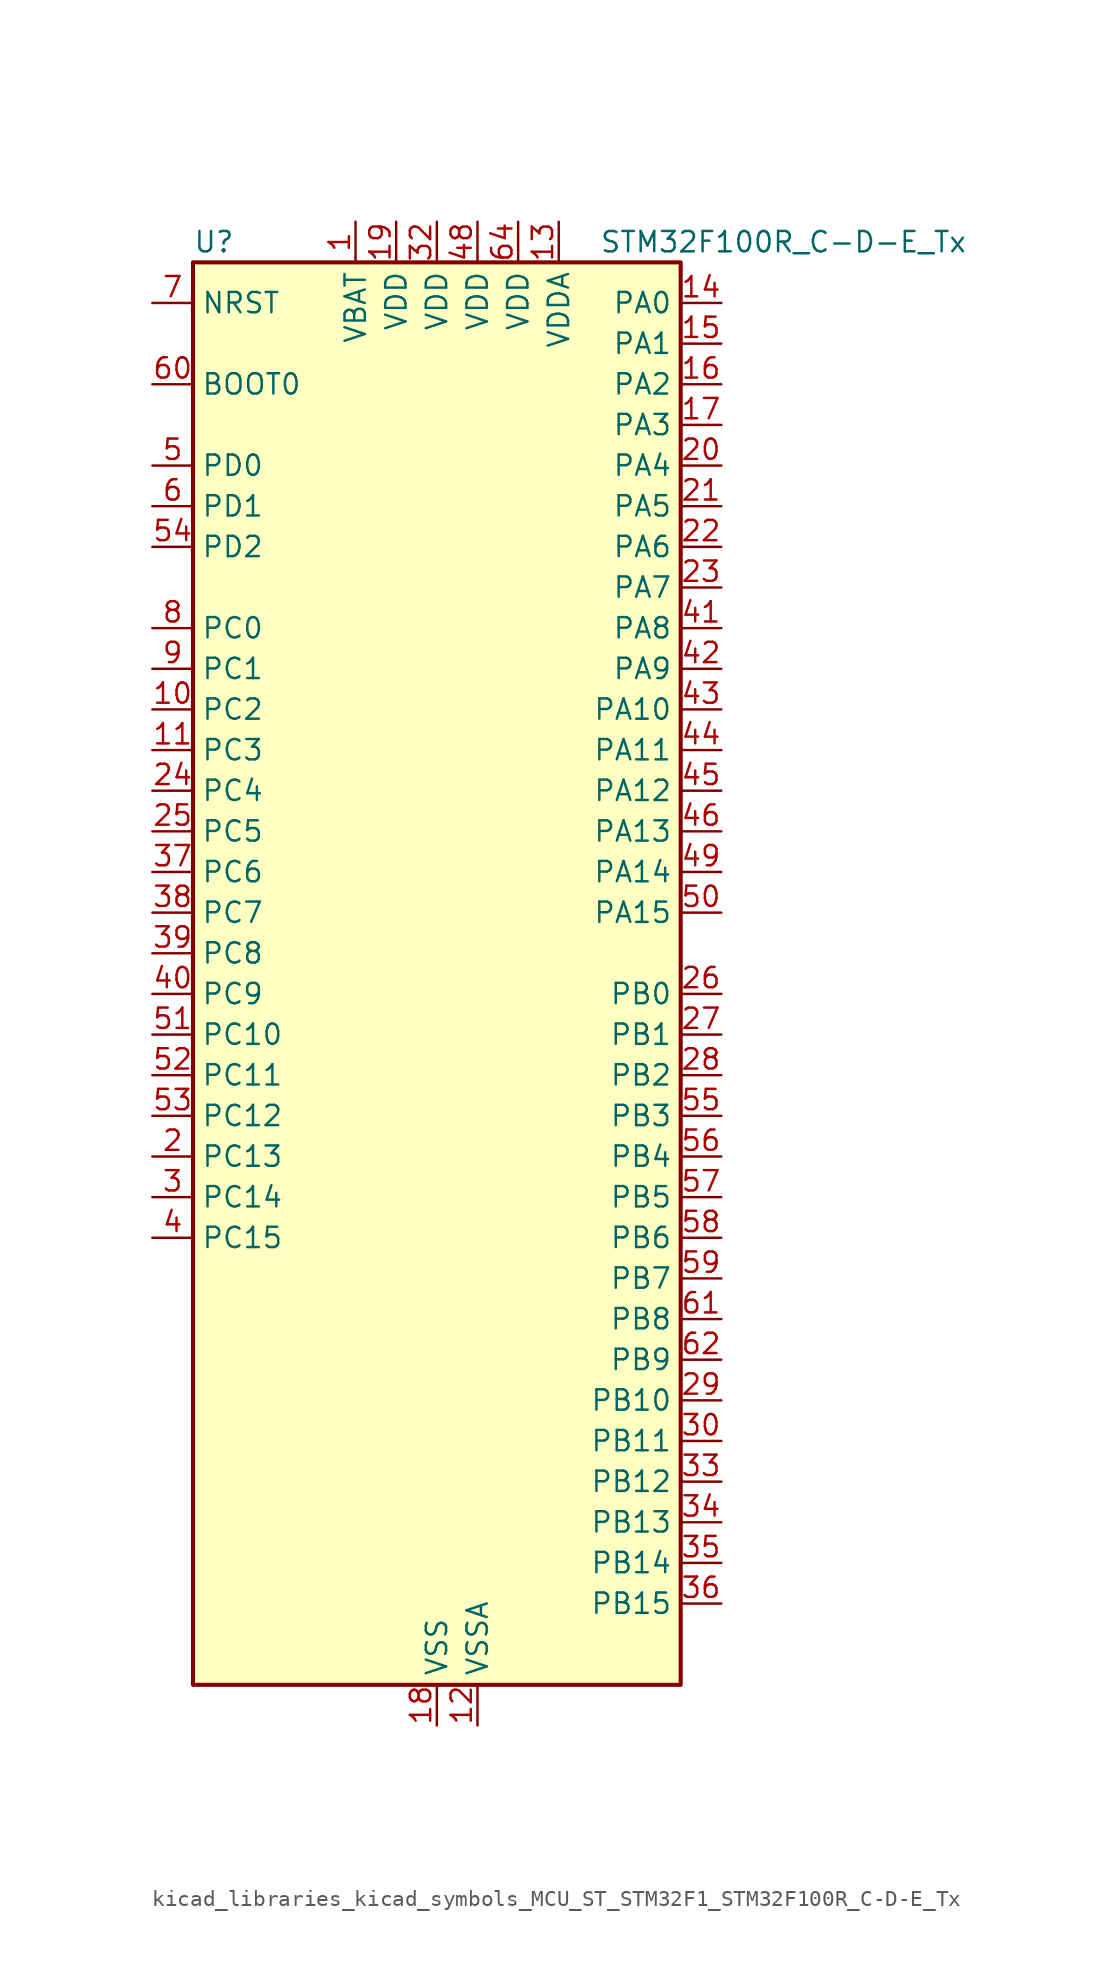
<source format=kicad_sym>
(kicad_symbol_lib
  (version 20220914)
  (generator kicad_symbol_editor)
  (symbol "kicad_libraries_kicad_symbols_MCU_ST_STM32F1_STM32F100R_C-D-E_Tx"
    (property "Reference" "U"
      (at -15.24 46.99 0)
      (effects (font (size 1.27 1.27)) (justify left)))
    (property "Value" "STM32F100R_C-D-E_Tx"
      (at 10.16 46.99 0)
      (effects (font (size 1.27 1.27)) (justify left)))
    (property "ki_locked" ""
      (at 0 0 0)
      (effects (font (size 1.27 1.27))))
    (symbol "kicad_libraries_kicad_symbols_MCU_ST_STM32F1_STM32F100R_C-D-E_Tx_0_1"
      (rectangle (start -15.24 -43.18) (end 15.24 45.72) (stroke (width 0.254) (type default)) (fill (type background))))
    (symbol "kicad_libraries_kicad_symbols_MCU_ST_STM32F1_STM32F100R_C-D-E_Tx_1_1"
      (pin power_in line (at -5.08 48.26 270) (length 2.54) (name "VBAT" (effects (font (size 1.27 1.27)))) (number "1" (effects (font (size 1.27 1.27)))))
      (pin bidirectional line (at -17.78 17.78 0) (length 2.54) (name "PC2" (effects (font (size 1.27 1.27)))) (number "10" (effects (font (size 1.27 1.27)))) (alternate "ADC1_IN12" bidirectional line))
      (pin bidirectional line (at -17.78 15.24 0) (length 2.54) (name "PC3" (effects (font (size 1.27 1.27)))) (number "11" (effects (font (size 1.27 1.27)))) (alternate "ADC1_IN13" bidirectional line))
      (pin power_in line (at 2.54 -45.72 90) (length 2.54) (name "VSSA" (effects (font (size 1.27 1.27)))) (number "12" (effects (font (size 1.27 1.27)))))
      (pin power_in line (at 7.62 48.26 270) (length 2.54) (name "VDDA" (effects (font (size 1.27 1.27)))) (number "13" (effects (font (size 1.27 1.27)))))
      (pin bidirectional line (at 17.78 43.18 180) (length 2.54) (name "PA0" (effects (font (size 1.27 1.27)))) (number "14" (effects (font (size 1.27 1.27)))) (alternate "ADC1_IN0" bidirectional line) (alternate "SYS_WKUP" bidirectional line) (alternate "TIM2_CH1" bidirectional line) (alternate "TIM2_ETR" bidirectional line) (alternate "TIM5_CH1" bidirectional line) (alternate "USART2_CTS" bidirectional line))
      (pin bidirectional line (at 17.78 40.64 180) (length 2.54) (name "PA1" (effects (font (size 1.27 1.27)))) (number "15" (effects (font (size 1.27 1.27)))) (alternate "ADC1_IN1" bidirectional line) (alternate "TIM2_CH2" bidirectional line) (alternate "TIM5_CH2" bidirectional line) (alternate "USART2_RTS" bidirectional line))
      (pin bidirectional line (at 17.78 38.1 180) (length 2.54) (name "PA2" (effects (font (size 1.27 1.27)))) (number "16" (effects (font (size 1.27 1.27)))) (alternate "ADC1_IN2" bidirectional line) (alternate "TIM15_CH1" bidirectional line) (alternate "TIM2_CH3" bidirectional line) (alternate "TIM5_CH3" bidirectional line) (alternate "USART2_TX" bidirectional line))
      (pin bidirectional line (at 17.78 35.56 180) (length 2.54) (name "PA3" (effects (font (size 1.27 1.27)))) (number "17" (effects (font (size 1.27 1.27)))) (alternate "ADC1_IN3" bidirectional line) (alternate "TIM15_CH2" bidirectional line) (alternate "TIM2_CH4" bidirectional line) (alternate "TIM5_CH4" bidirectional line) (alternate "USART2_RX" bidirectional line))
      (pin power_in line (at 0 -45.72 90) (length 2.54) (name "VSS" (effects (font (size 1.27 1.27)))) (number "18" (effects (font (size 1.27 1.27)))))
      (pin power_in line (at -2.54 48.26 270) (length 2.54) (name "VDD" (effects (font (size 1.27 1.27)))) (number "19" (effects (font (size 1.27 1.27)))))
      (pin bidirectional line (at -17.78 -10.16 0) (length 2.54) (name "PC13" (effects (font (size 1.27 1.27)))) (number "2" (effects (font (size 1.27 1.27)))) (alternate "RTC_OUT" bidirectional line) (alternate "RTC_TAMPER" bidirectional line))
      (pin bidirectional line (at 17.78 33.02 180) (length 2.54) (name "PA4" (effects (font (size 1.27 1.27)))) (number "20" (effects (font (size 1.27 1.27)))) (alternate "ADC1_IN4" bidirectional line) (alternate "DAC_OUT1" bidirectional line) (alternate "SPI1_NSS" bidirectional line) (alternate "USART2_CK" bidirectional line))
      (pin bidirectional line (at 17.78 30.48 180) (length 2.54) (name "PA5" (effects (font (size 1.27 1.27)))) (number "21" (effects (font (size 1.27 1.27)))) (alternate "ADC1_IN5" bidirectional line) (alternate "DAC_OUT2" bidirectional line) (alternate "SPI1_SCK" bidirectional line))
      (pin bidirectional line (at 17.78 27.94 180) (length 2.54) (name "PA6" (effects (font (size 1.27 1.27)))) (number "22" (effects (font (size 1.27 1.27)))) (alternate "ADC1_IN6" bidirectional line) (alternate "SPI1_MISO" bidirectional line) (alternate "TIM16_CH1" bidirectional line) (alternate "TIM1_BKIN" bidirectional line) (alternate "TIM3_CH1" bidirectional line))
      (pin bidirectional line (at 17.78 25.4 180) (length 2.54) (name "PA7" (effects (font (size 1.27 1.27)))) (number "23" (effects (font (size 1.27 1.27)))) (alternate "ADC1_IN7" bidirectional line) (alternate "SPI1_MOSI" bidirectional line) (alternate "TIM17_CH1" bidirectional line) (alternate "TIM1_CH1N" bidirectional line) (alternate "TIM3_CH2" bidirectional line))
      (pin bidirectional line (at -17.78 12.7 0) (length 2.54) (name "PC4" (effects (font (size 1.27 1.27)))) (number "24" (effects (font (size 1.27 1.27)))) (alternate "ADC1_IN14" bidirectional line) (alternate "TIM12_CH1" bidirectional line))
      (pin bidirectional line (at -17.78 10.16 0) (length 2.54) (name "PC5" (effects (font (size 1.27 1.27)))) (number "25" (effects (font (size 1.27 1.27)))) (alternate "ADC1_IN15" bidirectional line) (alternate "TIM12_CH2" bidirectional line))
      (pin bidirectional line (at 17.78 0 180) (length 2.54) (name "PB0" (effects (font (size 1.27 1.27)))) (number "26" (effects (font (size 1.27 1.27)))) (alternate "ADC1_IN8" bidirectional line) (alternate "TIM13_CH1" bidirectional line) (alternate "TIM1_CH2N" bidirectional line) (alternate "TIM3_CH3" bidirectional line))
      (pin bidirectional line (at 17.78 -2.54 180) (length 2.54) (name "PB1" (effects (font (size 1.27 1.27)))) (number "27" (effects (font (size 1.27 1.27)))) (alternate "ADC1_IN9" bidirectional line) (alternate "TIM14_CH1" bidirectional line) (alternate "TIM1_CH3N" bidirectional line) (alternate "TIM3_CH4" bidirectional line))
      (pin bidirectional line (at 17.78 -5.08 180) (length 2.54) (name "PB2" (effects (font (size 1.27 1.27)))) (number "28" (effects (font (size 1.27 1.27)))))
      (pin bidirectional line (at 17.78 -25.4 180) (length 2.54) (name "PB10" (effects (font (size 1.27 1.27)))) (number "29" (effects (font (size 1.27 1.27)))) (alternate "CEC" bidirectional line) (alternate "I2C2_SCL" bidirectional line) (alternate "TIM2_CH3" bidirectional line) (alternate "USART3_TX" bidirectional line))
      (pin bidirectional line (at -17.78 -12.7 0) (length 2.54) (name "PC14" (effects (font (size 1.27 1.27)))) (number "3" (effects (font (size 1.27 1.27)))) (alternate "RCC_OSC32_IN" bidirectional line))
      (pin bidirectional line (at 17.78 -27.94 180) (length 2.54) (name "PB11" (effects (font (size 1.27 1.27)))) (number "30" (effects (font (size 1.27 1.27)))) (alternate "ADC1_EXTI11" bidirectional line) (alternate "I2C2_SDA" bidirectional line) (alternate "TIM2_CH4" bidirectional line) (alternate "USART3_RX" bidirectional line))
      (pin passive line (at 0 -45.72 90) (length 2.54) hide (name "VSS" (effects (font (size 1.27 1.27)))) (number "31" (effects (font (size 1.27 1.27)))))
      (pin power_in line (at 0 48.26 270) (length 2.54) (name "VDD" (effects (font (size 1.27 1.27)))) (number "32" (effects (font (size 1.27 1.27)))))
      (pin bidirectional line (at 17.78 -30.48 180) (length 2.54) (name "PB12" (effects (font (size 1.27 1.27)))) (number "33" (effects (font (size 1.27 1.27)))) (alternate "I2C2_SMBA" bidirectional line) (alternate "SPI2_NSS" bidirectional line) (alternate "TIM12_CH1" bidirectional line) (alternate "TIM1_BKIN" bidirectional line) (alternate "USART3_CK" bidirectional line))
      (pin bidirectional line (at 17.78 -33.02 180) (length 2.54) (name "PB13" (effects (font (size 1.27 1.27)))) (number "34" (effects (font (size 1.27 1.27)))) (alternate "SPI2_SCK" bidirectional line) (alternate "TIM12_CH2" bidirectional line) (alternate "TIM1_CH1N" bidirectional line) (alternate "USART3_CTS" bidirectional line))
      (pin bidirectional line (at 17.78 -35.56 180) (length 2.54) (name "PB14" (effects (font (size 1.27 1.27)))) (number "35" (effects (font (size 1.27 1.27)))) (alternate "SPI2_MISO" bidirectional line) (alternate "TIM15_CH1" bidirectional line) (alternate "TIM1_CH2N" bidirectional line) (alternate "USART3_RTS" bidirectional line))
      (pin bidirectional line (at 17.78 -38.1 180) (length 2.54) (name "PB15" (effects (font (size 1.27 1.27)))) (number "36" (effects (font (size 1.27 1.27)))) (alternate "ADC1_EXTI15" bidirectional line) (alternate "SPI2_MOSI" bidirectional line) (alternate "TIM15_CH1N" bidirectional line) (alternate "TIM15_CH2" bidirectional line) (alternate "TIM1_CH3N" bidirectional line))
      (pin bidirectional line (at -17.78 7.62 0) (length 2.54) (name "PC6" (effects (font (size 1.27 1.27)))) (number "37" (effects (font (size 1.27 1.27)))) (alternate "TIM3_CH1" bidirectional line))
      (pin bidirectional line (at -17.78 5.08 0) (length 2.54) (name "PC7" (effects (font (size 1.27 1.27)))) (number "38" (effects (font (size 1.27 1.27)))) (alternate "TIM3_CH2" bidirectional line))
      (pin bidirectional line (at -17.78 2.54 0) (length 2.54) (name "PC8" (effects (font (size 1.27 1.27)))) (number "39" (effects (font (size 1.27 1.27)))) (alternate "TIM13_CH1" bidirectional line) (alternate "TIM3_CH3" bidirectional line))
      (pin bidirectional line (at -17.78 -15.24 0) (length 2.54) (name "PC15" (effects (font (size 1.27 1.27)))) (number "4" (effects (font (size 1.27 1.27)))) (alternate "ADC1_EXTI15" bidirectional line) (alternate "RCC_OSC32_OUT" bidirectional line))
      (pin bidirectional line (at -17.78 0 0) (length 2.54) (name "PC9" (effects (font (size 1.27 1.27)))) (number "40" (effects (font (size 1.27 1.27)))) (alternate "DAC_EXTI9" bidirectional line) (alternate "TIM14_CH1" bidirectional line) (alternate "TIM3_CH4" bidirectional line))
      (pin bidirectional line (at 17.78 22.86 180) (length 2.54) (name "PA8" (effects (font (size 1.27 1.27)))) (number "41" (effects (font (size 1.27 1.27)))) (alternate "RCC_MCO" bidirectional line) (alternate "TIM1_CH1" bidirectional line) (alternate "USART1_CK" bidirectional line))
      (pin bidirectional line (at 17.78 20.32 180) (length 2.54) (name "PA9" (effects (font (size 1.27 1.27)))) (number "42" (effects (font (size 1.27 1.27)))) (alternate "DAC_EXTI9" bidirectional line) (alternate "TIM15_BKIN" bidirectional line) (alternate "TIM1_CH2" bidirectional line) (alternate "USART1_TX" bidirectional line))
      (pin bidirectional line (at 17.78 17.78 180) (length 2.54) (name "PA10" (effects (font (size 1.27 1.27)))) (number "43" (effects (font (size 1.27 1.27)))) (alternate "TIM17_BKIN" bidirectional line) (alternate "TIM1_CH3" bidirectional line) (alternate "USART1_RX" bidirectional line))
      (pin bidirectional line (at 17.78 15.24 180) (length 2.54) (name "PA11" (effects (font (size 1.27 1.27)))) (number "44" (effects (font (size 1.27 1.27)))) (alternate "ADC1_EXTI11" bidirectional line) (alternate "TIM1_CH4" bidirectional line) (alternate "USART1_CTS" bidirectional line))
      (pin bidirectional line (at 17.78 12.7 180) (length 2.54) (name "PA12" (effects (font (size 1.27 1.27)))) (number "45" (effects (font (size 1.27 1.27)))) (alternate "TIM1_ETR" bidirectional line) (alternate "USART1_RTS" bidirectional line))
      (pin bidirectional line (at 17.78 10.16 180) (length 2.54) (name "PA13" (effects (font (size 1.27 1.27)))) (number "46" (effects (font (size 1.27 1.27)))) (alternate "SYS_JTMS-SWDIO" bidirectional line))
      (pin passive line (at 0 -45.72 90) (length 2.54) hide (name "VSS" (effects (font (size 1.27 1.27)))) (number "47" (effects (font (size 1.27 1.27)))))
      (pin power_in line (at 2.54 48.26 270) (length 2.54) (name "VDD" (effects (font (size 1.27 1.27)))) (number "48" (effects (font (size 1.27 1.27)))))
      (pin bidirectional line (at 17.78 7.62 180) (length 2.54) (name "PA14" (effects (font (size 1.27 1.27)))) (number "49" (effects (font (size 1.27 1.27)))) (alternate "SYS_JTCK-SWCLK" bidirectional line))
      (pin bidirectional line (at -17.78 33.02 0) (length 2.54) (name "PD0" (effects (font (size 1.27 1.27)))) (number "5" (effects (font (size 1.27 1.27)))) (alternate "RCC_OSC_IN" bidirectional line))
      (pin bidirectional line (at 17.78 5.08 180) (length 2.54) (name "PA15" (effects (font (size 1.27 1.27)))) (number "50" (effects (font (size 1.27 1.27)))) (alternate "ADC1_EXTI15" bidirectional line) (alternate "SPI1_NSS" bidirectional line) (alternate "SPI3_NSS" bidirectional line) (alternate "SYS_JTDI" bidirectional line) (alternate "TIM2_CH1" bidirectional line) (alternate "TIM2_ETR" bidirectional line))
      (pin bidirectional line (at -17.78 -2.54 0) (length 2.54) (name "PC10" (effects (font (size 1.27 1.27)))) (number "51" (effects (font (size 1.27 1.27)))) (alternate "UART4_TX" bidirectional line) (alternate "USART3_TX" bidirectional line))
      (pin bidirectional line (at -17.78 -5.08 0) (length 2.54) (name "PC11" (effects (font (size 1.27 1.27)))) (number "52" (effects (font (size 1.27 1.27)))) (alternate "ADC1_EXTI11" bidirectional line) (alternate "UART4_RX" bidirectional line) (alternate "USART3_RX" bidirectional line))
      (pin bidirectional line (at -17.78 -7.62 0) (length 2.54) (name "PC12" (effects (font (size 1.27 1.27)))) (number "53" (effects (font (size 1.27 1.27)))) (alternate "UART5_TX" bidirectional line) (alternate "USART3_CK" bidirectional line))
      (pin bidirectional line (at -17.78 27.94 0) (length 2.54) (name "PD2" (effects (font (size 1.27 1.27)))) (number "54" (effects (font (size 1.27 1.27)))) (alternate "TIM3_ETR" bidirectional line) (alternate "UART5_RX" bidirectional line))
      (pin bidirectional line (at 17.78 -7.62 180) (length 2.54) (name "PB3" (effects (font (size 1.27 1.27)))) (number "55" (effects (font (size 1.27 1.27)))) (alternate "SPI1_SCK" bidirectional line) (alternate "SPI3_SCK" bidirectional line) (alternate "SYS_JTDO-TRACESWO" bidirectional line) (alternate "TIM2_CH2" bidirectional line))
      (pin bidirectional line (at 17.78 -10.16 180) (length 2.54) (name "PB4" (effects (font (size 1.27 1.27)))) (number "56" (effects (font (size 1.27 1.27)))) (alternate "SPI1_MISO" bidirectional line) (alternate "SPI3_MISO" bidirectional line) (alternate "SYS_NJTRST" bidirectional line) (alternate "TIM3_CH1" bidirectional line))
      (pin bidirectional line (at 17.78 -12.7 180) (length 2.54) (name "PB5" (effects (font (size 1.27 1.27)))) (number "57" (effects (font (size 1.27 1.27)))) (alternate "I2C1_SMBA" bidirectional line) (alternate "SPI1_MOSI" bidirectional line) (alternate "SPI3_MOSI" bidirectional line) (alternate "TIM16_BKIN" bidirectional line) (alternate "TIM3_CH2" bidirectional line))
      (pin bidirectional line (at 17.78 -15.24 180) (length 2.54) (name "PB6" (effects (font (size 1.27 1.27)))) (number "58" (effects (font (size 1.27 1.27)))) (alternate "I2C1_SCL" bidirectional line) (alternate "TIM16_CH1N" bidirectional line) (alternate "TIM4_CH1" bidirectional line) (alternate "USART1_TX" bidirectional line))
      (pin bidirectional line (at 17.78 -17.78 180) (length 2.54) (name "PB7" (effects (font (size 1.27 1.27)))) (number "59" (effects (font (size 1.27 1.27)))) (alternate "I2C1_SDA" bidirectional line) (alternate "TIM17_CH1N" bidirectional line) (alternate "TIM4_CH2" bidirectional line) (alternate "USART1_RX" bidirectional line))
      (pin bidirectional line (at -17.78 30.48 0) (length 2.54) (name "PD1" (effects (font (size 1.27 1.27)))) (number "6" (effects (font (size 1.27 1.27)))) (alternate "RCC_OSC_OUT" bidirectional line))
      (pin input line (at -17.78 38.1 0) (length 2.54) (name "BOOT0" (effects (font (size 1.27 1.27)))) (number "60" (effects (font (size 1.27 1.27)))))
      (pin bidirectional line (at 17.78 -20.32 180) (length 2.54) (name "PB8" (effects (font (size 1.27 1.27)))) (number "61" (effects (font (size 1.27 1.27)))) (alternate "CEC" bidirectional line) (alternate "I2C1_SCL" bidirectional line) (alternate "TIM16_CH1" bidirectional line) (alternate "TIM4_CH3" bidirectional line))
      (pin bidirectional line (at 17.78 -22.86 180) (length 2.54) (name "PB9" (effects (font (size 1.27 1.27)))) (number "62" (effects (font (size 1.27 1.27)))) (alternate "DAC_EXTI9" bidirectional line) (alternate "I2C1_SDA" bidirectional line) (alternate "TIM17_CH1" bidirectional line) (alternate "TIM4_CH4" bidirectional line))
      (pin passive line (at 0 -45.72 90) (length 2.54) hide (name "VSS" (effects (font (size 1.27 1.27)))) (number "63" (effects (font (size 1.27 1.27)))))
      (pin power_in line (at 5.08 48.26 270) (length 2.54) (name "VDD" (effects (font (size 1.27 1.27)))) (number "64" (effects (font (size 1.27 1.27)))))
      (pin input line (at -17.78 43.18 0) (length 2.54) (name "NRST" (effects (font (size 1.27 1.27)))) (number "7" (effects (font (size 1.27 1.27)))))
      (pin bidirectional line (at -17.78 22.86 0) (length 2.54) (name "PC0" (effects (font (size 1.27 1.27)))) (number "8" (effects (font (size 1.27 1.27)))) (alternate "ADC1_IN10" bidirectional line))
      (pin bidirectional line (at -17.78 20.32 0) (length 2.54) (name "PC1" (effects (font (size 1.27 1.27)))) (number "9" (effects (font (size 1.27 1.27)))) (alternate "ADC1_IN11" bidirectional line)))))
</source>
